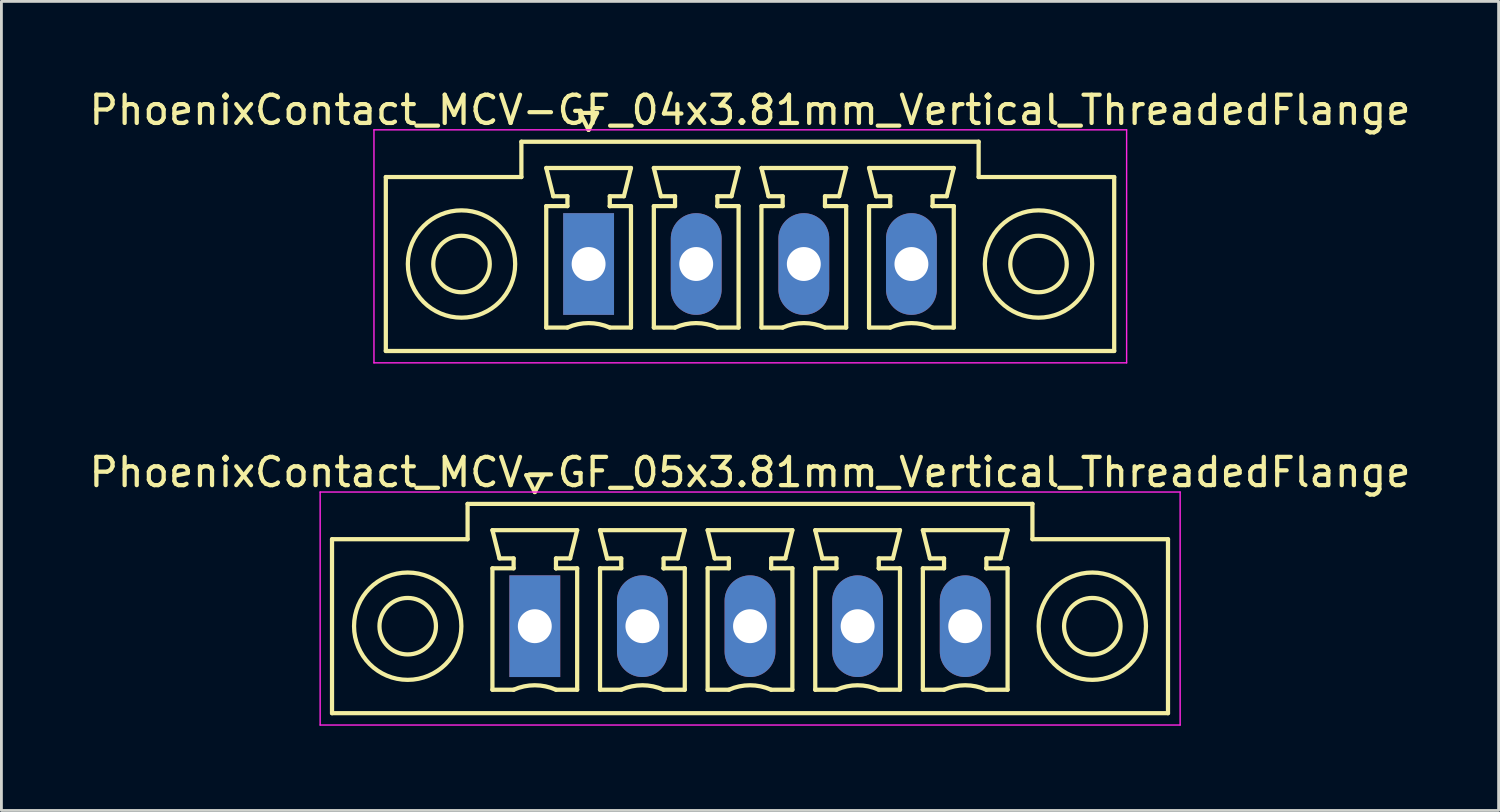
<source format=kicad_pcb>
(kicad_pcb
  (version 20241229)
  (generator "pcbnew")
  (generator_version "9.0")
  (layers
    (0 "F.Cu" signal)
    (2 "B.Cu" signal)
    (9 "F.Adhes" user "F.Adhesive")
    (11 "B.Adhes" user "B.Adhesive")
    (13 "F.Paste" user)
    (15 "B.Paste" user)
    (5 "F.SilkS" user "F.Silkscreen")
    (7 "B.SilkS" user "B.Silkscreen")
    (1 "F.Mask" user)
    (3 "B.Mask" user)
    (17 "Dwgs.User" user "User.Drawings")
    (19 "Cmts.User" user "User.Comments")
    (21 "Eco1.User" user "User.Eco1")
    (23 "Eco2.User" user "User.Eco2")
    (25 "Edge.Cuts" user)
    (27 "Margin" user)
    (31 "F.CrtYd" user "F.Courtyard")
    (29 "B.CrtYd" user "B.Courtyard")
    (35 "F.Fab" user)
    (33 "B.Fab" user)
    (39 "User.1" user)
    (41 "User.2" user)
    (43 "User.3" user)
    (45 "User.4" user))
  (footprint "PhoenixContact_MCV-GF_05x3.81mm_Vertical_ThreadedFlange"
    (layer "F.Cu")
    (at 15.886 19.122)
    (property "Reference" "PhoenixContact_MCV-GF_05x3.81mm_Vertical_ThreadedFlange" (at 7.62 -5.45 0) (layer "F.SilkS") (effects (font (size 1 1) (thickness 0.15))))
    (attr through_hole)
    (fp_line (start -7.18 -3.08) (end -7.18 3.08) (stroke (width 0.15) (type solid)) (layer "F.SilkS"))
    (fp_line (start -7.18 3.08) (end 22.42 3.08) (stroke (width 0.15) (type solid)) (layer "F.SilkS"))
    (fp_line (start -2.38 -4.33) (end -2.38 -3.08) (stroke (width 0.15) (type solid)) (layer "F.SilkS"))
    (fp_line (start -2.38 -3.08) (end -7.18 -3.08) (stroke (width 0.15) (type solid)) (layer "F.SilkS"))
    (fp_line (start -1.5 -3.4) (end 1.5 -3.4) (stroke (width 0.15) (type solid)) (layer "F.SilkS"))
    (fp_line (start -1.5 -2.05) (end -0.75 -2.05) (stroke (width 0.15) (type solid)) (layer "F.SilkS"))
    (fp_line (start -1.5 2.25) (end -1.5 -2.05) (stroke (width 0.15) (type solid)) (layer "F.SilkS"))
    (fp_line (start -1.25 -2.4) (end -1.5 -3.4) (stroke (width 0.15) (type solid)) (layer "F.SilkS"))
    (fp_line (start -0.75 -2.4) (end -1.25 -2.4) (stroke (width 0.15) (type solid)) (layer "F.SilkS"))
    (fp_line (start -0.75 -2.05) (end -0.75 -2.4) (stroke (width 0.15) (type solid)) (layer "F.SilkS"))
    (fp_line (start -0.75 2.25) (end -1.5 2.25) (stroke (width 0.15) (type solid)) (layer "F.SilkS"))
    (fp_line (start -0.3 -5.35) (end 0 -4.75) (stroke (width 0.15) (type solid)) (layer "F.SilkS"))
    (fp_line (start 0 -4.75) (end 0.3 -5.35) (stroke (width 0.15) (type solid)) (layer "F.SilkS"))
    (fp_line (start 0.3 -5.35) (end -0.3 -5.35) (stroke (width 0.15) (type solid)) (layer "F.SilkS"))
    (fp_line (start 0.75 -2.4) (end 0.75 -2.05) (stroke (width 0.15) (type solid)) (layer "F.SilkS"))
    (fp_line (start 0.75 -2.05) (end 0.75 -2.05) (stroke (width 0.15) (type solid)) (layer "F.SilkS"))
    (fp_line (start 0.75 -2.05) (end 1.5 -2.05) (stroke (width 0.15) (type solid)) (layer "F.SilkS"))
    (fp_line (start 1.25 -2.4) (end 0.75 -2.4) (stroke (width 0.15) (type solid)) (layer "F.SilkS"))
    (fp_line (start 1.5 -3.4) (end 1.25 -2.4) (stroke (width 0.15) (type solid)) (layer "F.SilkS"))
    (fp_line (start 1.5 -2.05) (end 1.5 2.25) (stroke (width 0.15) (type solid)) (layer "F.SilkS"))
    (fp_line (start 1.5 2.25) (end 0.75 2.25) (stroke (width 0.15) (type solid)) (layer "F.SilkS"))
    (fp_line (start 2.31 -3.4) (end 5.31 -3.4) (stroke (width 0.15) (type solid)) (layer "F.SilkS"))
    (fp_line (start 2.31 -2.05) (end 3.06 -2.05) (stroke (width 0.15) (type solid)) (layer "F.SilkS"))
    (fp_line (start 2.31 2.25) (end 2.31 -2.05) (stroke (width 0.15) (type solid)) (layer "F.SilkS"))
    (fp_line (start 2.56 -2.4) (end 2.31 -3.4) (stroke (width 0.15) (type solid)) (layer "F.SilkS"))
    (fp_line (start 3.06 -2.4) (end 2.56 -2.4) (stroke (width 0.15) (type solid)) (layer "F.SilkS"))
    (fp_line (start 3.06 -2.05) (end 3.06 -2.4) (stroke (width 0.15) (type solid)) (layer "F.SilkS"))
    (fp_line (start 3.06 2.25) (end 2.31 2.25) (stroke (width 0.15) (type solid)) (layer "F.SilkS"))
    (fp_line (start 4.56 -2.4) (end 4.56 -2.05) (stroke (width 0.15) (type solid)) (layer "F.SilkS"))
    (fp_line (start 4.56 -2.05) (end 4.56 -2.05) (stroke (width 0.15) (type solid)) (layer "F.SilkS"))
    (fp_line (start 4.56 -2.05) (end 5.31 -2.05) (stroke (width 0.15) (type solid)) (layer "F.SilkS"))
    (fp_line (start 5.06 -2.4) (end 4.56 -2.4) (stroke (width 0.15) (type solid)) (layer "F.SilkS"))
    (fp_line (start 5.31 -3.4) (end 5.06 -2.4) (stroke (width 0.15) (type solid)) (layer "F.SilkS"))
    (fp_line (start 5.31 -2.05) (end 5.31 2.25) (stroke (width 0.15) (type solid)) (layer "F.SilkS"))
    (fp_line (start 5.31 2.25) (end 4.56 2.25) (stroke (width 0.15) (type solid)) (layer "F.SilkS"))
    (fp_line (start 6.12 -3.4) (end 9.12 -3.4) (stroke (width 0.15) (type solid)) (layer "F.SilkS"))
    (fp_line (start 6.12 -2.05) (end 6.87 -2.05) (stroke (width 0.15) (type solid)) (layer "F.SilkS"))
    (fp_line (start 6.12 2.25) (end 6.12 -2.05) (stroke (width 0.15) (type solid)) (layer "F.SilkS"))
    (fp_line (start 6.37 -2.4) (end 6.12 -3.4) (stroke (width 0.15) (type solid)) (layer "F.SilkS"))
    (fp_line (start 6.87 -2.4) (end 6.37 -2.4) (stroke (width 0.15) (type solid)) (layer "F.SilkS"))
    (fp_line (start 6.87 -2.05) (end 6.87 -2.4) (stroke (width 0.15) (type solid)) (layer "F.SilkS"))
    (fp_line (start 6.87 2.25) (end 6.12 2.25) (stroke (width 0.15) (type solid)) (layer "F.SilkS"))
    (fp_line (start 8.37 -2.4) (end 8.37 -2.05) (stroke (width 0.15) (type solid)) (layer "F.SilkS"))
    (fp_line (start 8.37 -2.05) (end 8.37 -2.05) (stroke (width 0.15) (type solid)) (layer "F.SilkS"))
    (fp_line (start 8.37 -2.05) (end 9.12 -2.05) (stroke (width 0.15) (type solid)) (layer "F.SilkS"))
    (fp_line (start 8.87 -2.4) (end 8.37 -2.4) (stroke (width 0.15) (type solid)) (layer "F.SilkS"))
    (fp_line (start 9.12 -3.4) (end 8.87 -2.4) (stroke (width 0.15) (type solid)) (layer "F.SilkS"))
    (fp_line (start 9.12 -2.05) (end 9.12 2.25) (stroke (width 0.15) (type solid)) (layer "F.SilkS"))
    (fp_line (start 9.12 2.25) (end 8.37 2.25) (stroke (width 0.15) (type solid)) (layer "F.SilkS"))
    (fp_line (start 9.93 -3.4) (end 12.93 -3.4) (stroke (width 0.15) (type solid)) (layer "F.SilkS"))
    (fp_line (start 9.93 -2.05) (end 10.68 -2.05) (stroke (width 0.15) (type solid)) (layer "F.SilkS"))
    (fp_line (start 9.93 2.25) (end 9.93 -2.05) (stroke (width 0.15) (type solid)) (layer "F.SilkS"))
    (fp_line (start 10.18 -2.4) (end 9.93 -3.4) (stroke (width 0.15) (type solid)) (layer "F.SilkS"))
    (fp_line (start 10.68 -2.4) (end 10.18 -2.4) (stroke (width 0.15) (type solid)) (layer "F.SilkS"))
    (fp_line (start 10.68 -2.05) (end 10.68 -2.4) (stroke (width 0.15) (type solid)) (layer "F.SilkS"))
    (fp_line (start 10.68 2.25) (end 9.93 2.25) (stroke (width 0.15) (type solid)) (layer "F.SilkS"))
    (fp_line (start 12.18 -2.4) (end 12.18 -2.05) (stroke (width 0.15) (type solid)) (layer "F.SilkS"))
    (fp_line (start 12.18 -2.05) (end 12.18 -2.05) (stroke (width 0.15) (type solid)) (layer "F.SilkS"))
    (fp_line (start 12.18 -2.05) (end 12.93 -2.05) (stroke (width 0.15) (type solid)) (layer "F.SilkS"))
    (fp_line (start 12.68 -2.4) (end 12.18 -2.4) (stroke (width 0.15) (type solid)) (layer "F.SilkS"))
    (fp_line (start 12.93 -3.4) (end 12.68 -2.4) (stroke (width 0.15) (type solid)) (layer "F.SilkS"))
    (fp_line (start 12.93 -2.05) (end 12.93 2.25) (stroke (width 0.15) (type solid)) (layer "F.SilkS"))
    (fp_line (start 12.93 2.25) (end 12.18 2.25) (stroke (width 0.15) (type solid)) (layer "F.SilkS"))
    (fp_line (start 13.74 -3.4) (end 16.74 -3.4) (stroke (width 0.15) (type solid)) (layer "F.SilkS"))
    (fp_line (start 13.74 -2.05) (end 14.49 -2.05) (stroke (width 0.15) (type solid)) (layer "F.SilkS"))
    (fp_line (start 13.74 2.25) (end 13.74 -2.05) (stroke (width 0.15) (type solid)) (layer "F.SilkS"))
    (fp_line (start 13.99 -2.4) (end 13.74 -3.4) (stroke (width 0.15) (type solid)) (layer "F.SilkS"))
    (fp_line (start 14.49 -2.4) (end 13.99 -2.4) (stroke (width 0.15) (type solid)) (layer "F.SilkS"))
    (fp_line (start 14.49 -2.05) (end 14.49 -2.4) (stroke (width 0.15) (type solid)) (layer "F.SilkS"))
    (fp_line (start 14.49 2.25) (end 13.74 2.25) (stroke (width 0.15) (type solid)) (layer "F.SilkS"))
    (fp_line (start 15.99 -2.4) (end 15.99 -2.05) (stroke (width 0.15) (type solid)) (layer "F.SilkS"))
    (fp_line (start 15.99 -2.05) (end 15.99 -2.05) (stroke (width 0.15) (type solid)) (layer "F.SilkS"))
    (fp_line (start 15.99 -2.05) (end 16.74 -2.05) (stroke (width 0.15) (type solid)) (layer "F.SilkS"))
    (fp_line (start 16.49 -2.4) (end 15.99 -2.4) (stroke (width 0.15) (type solid)) (layer "F.SilkS"))
    (fp_line (start 16.74 -3.4) (end 16.49 -2.4) (stroke (width 0.15) (type solid)) (layer "F.SilkS"))
    (fp_line (start 16.74 -2.05) (end 16.74 2.25) (stroke (width 0.15) (type solid)) (layer "F.SilkS"))
    (fp_line (start 16.74 2.25) (end 15.99 2.25) (stroke (width 0.15) (type solid)) (layer "F.SilkS"))
    (fp_line (start 17.62 -4.33) (end -2.38 -4.33) (stroke (width 0.15) (type solid)) (layer "F.SilkS"))
    (fp_line (start 17.62 -3.08) (end 17.62 -4.33) (stroke (width 0.15) (type solid)) (layer "F.SilkS"))
    (fp_line (start 22.42 -3.08) (end 17.62 -3.08) (stroke (width 0.15) (type solid)) (layer "F.SilkS"))
    (fp_line (start 22.42 3.08) (end 22.42 -3.08) (stroke (width 0.15) (type solid)) (layer "F.SilkS"))
    (fp_arc (start -0.75 2.25) (mid -0.000193 2.09191) (end 0.749647 2.249844) (stroke (width 0.15) (type solid)) (layer "F.SilkS"))
    (fp_arc (start 3.06 2.25) (mid 3.809807 2.09191) (end 4.559647 2.249844) (stroke (width 0.15) (type solid)) (layer "F.SilkS"))
    (fp_arc (start 6.87 2.25) (mid 7.619807 2.09191) (end 8.369647 2.249844) (stroke (width 0.15) (type solid)) (layer "F.SilkS"))
    (fp_arc (start 10.68 2.25) (mid 11.429807 2.09191) (end 12.179647 2.249844) (stroke (width 0.15) (type solid)) (layer "F.SilkS"))
    (fp_arc (start 14.49 2.25) (mid 15.239807 2.09191) (end 15.989647 2.249844) (stroke (width 0.15) (type solid)) (layer "F.SilkS"))
    (fp_circle (center -4.5 0) (end -3.5 0) (stroke (width 0.15) (type solid)) (fill no) (layer "F.SilkS"))
    (fp_circle (center -4.5 0) (end -2.6 0) (stroke (width 0.15) (type solid)) (fill no) (layer "F.SilkS"))
    (fp_circle (center 19.74 0) (end 20.74 0) (stroke (width 0.15) (type solid)) (fill no) (layer "F.SilkS"))
    (fp_circle (center 19.74 0) (end 21.64 0) (stroke (width 0.15) (type solid)) (fill no) (layer "F.SilkS"))
    (fp_line (start -7.6 -4.75) (end -7.6 3.5) (stroke (width 0.05) (type solid)) (layer "F.CrtYd"))
    (fp_line (start -7.6 3.5) (end 22.85 3.5) (stroke (width 0.05) (type solid)) (layer "F.CrtYd"))
    (fp_line (start 22.85 -4.75) (end -7.6 -4.75) (stroke (width 0.05) (type solid)) (layer "F.CrtYd"))
    (fp_line (start 22.85 3.5) (end 22.85 -4.75) (stroke (width 0.05) (type solid)) (layer "F.CrtYd"))
    (pad "1" thru_hole rect (at 0 0) (size 1.8 3.6) (drill 1.2) (layers "*.Cu" "*.Mask"))
    (pad "2" thru_hole oval (at 3.81 0) (size 1.8 3.6) (drill 1.2) (layers "*.Cu" "*.Mask"))
    (pad "3" thru_hole oval (at 7.62 0) (size 1.8 3.6) (drill 1.2) (layers "*.Cu" "*.Mask"))
    (pad "4" thru_hole oval (at 11.43 0) (size 1.8 3.6) (drill 1.2) (layers "*.Cu" "*.Mask"))
    (pad "5" thru_hole oval (at 15.24 0) (size 1.8 3.6) (drill 1.2) (layers "*.Cu" "*.Mask")))
  (footprint "PhoenixContact_MCV-GF_04x3.81mm_Vertical_ThreadedFlange"
    (layer "F.Cu")
    (at 17.791 6.298)
    (property "Reference" "PhoenixContact_MCV-GF_04x3.81mm_Vertical_ThreadedFlange" (at 5.715 -5.45 0) (layer "F.SilkS") (effects (font (size 1 1) (thickness 0.15))))
    (attr through_hole)
    (fp_line (start -7.18 -3.08) (end -7.18 3.08) (stroke (width 0.15) (type solid)) (layer "F.SilkS"))
    (fp_line (start -7.18 3.08) (end 18.61 3.08) (stroke (width 0.15) (type solid)) (layer "F.SilkS"))
    (fp_line (start -2.38 -4.33) (end -2.38 -3.08) (stroke (width 0.15) (type solid)) (layer "F.SilkS"))
    (fp_line (start -2.38 -3.08) (end -7.18 -3.08) (stroke (width 0.15) (type solid)) (layer "F.SilkS"))
    (fp_line (start -1.5 -3.4) (end 1.5 -3.4) (stroke (width 0.15) (type solid)) (layer "F.SilkS"))
    (fp_line (start -1.5 -2.05) (end -0.75 -2.05) (stroke (width 0.15) (type solid)) (layer "F.SilkS"))
    (fp_line (start -1.5 2.25) (end -1.5 -2.05) (stroke (width 0.15) (type solid)) (layer "F.SilkS"))
    (fp_line (start -1.25 -2.4) (end -1.5 -3.4) (stroke (width 0.15) (type solid)) (layer "F.SilkS"))
    (fp_line (start -0.75 -2.4) (end -1.25 -2.4) (stroke (width 0.15) (type solid)) (layer "F.SilkS"))
    (fp_line (start -0.75 -2.05) (end -0.75 -2.4) (stroke (width 0.15) (type solid)) (layer "F.SilkS"))
    (fp_line (start -0.75 2.25) (end -1.5 2.25) (stroke (width 0.15) (type solid)) (layer "F.SilkS"))
    (fp_line (start -0.3 -5.35) (end 0 -4.75) (stroke (width 0.15) (type solid)) (layer "F.SilkS"))
    (fp_line (start 0 -4.75) (end 0.3 -5.35) (stroke (width 0.15) (type solid)) (layer "F.SilkS"))
    (fp_line (start 0.3 -5.35) (end -0.3 -5.35) (stroke (width 0.15) (type solid)) (layer "F.SilkS"))
    (fp_line (start 0.75 -2.4) (end 0.75 -2.05) (stroke (width 0.15) (type solid)) (layer "F.SilkS"))
    (fp_line (start 0.75 -2.05) (end 0.75 -2.05) (stroke (width 0.15) (type solid)) (layer "F.SilkS"))
    (fp_line (start 0.75 -2.05) (end 1.5 -2.05) (stroke (width 0.15) (type solid)) (layer "F.SilkS"))
    (fp_line (start 1.25 -2.4) (end 0.75 -2.4) (stroke (width 0.15) (type solid)) (layer "F.SilkS"))
    (fp_line (start 1.5 -3.4) (end 1.25 -2.4) (stroke (width 0.15) (type solid)) (layer "F.SilkS"))
    (fp_line (start 1.5 -2.05) (end 1.5 2.25) (stroke (width 0.15) (type solid)) (layer "F.SilkS"))
    (fp_line (start 1.5 2.25) (end 0.75 2.25) (stroke (width 0.15) (type solid)) (layer "F.SilkS"))
    (fp_line (start 2.31 -3.4) (end 5.31 -3.4) (stroke (width 0.15) (type solid)) (layer "F.SilkS"))
    (fp_line (start 2.31 -2.05) (end 3.06 -2.05) (stroke (width 0.15) (type solid)) (layer "F.SilkS"))
    (fp_line (start 2.31 2.25) (end 2.31 -2.05) (stroke (width 0.15) (type solid)) (layer "F.SilkS"))
    (fp_line (start 2.56 -2.4) (end 2.31 -3.4) (stroke (width 0.15) (type solid)) (layer "F.SilkS"))
    (fp_line (start 3.06 -2.4) (end 2.56 -2.4) (stroke (width 0.15) (type solid)) (layer "F.SilkS"))
    (fp_line (start 3.06 -2.05) (end 3.06 -2.4) (stroke (width 0.15) (type solid)) (layer "F.SilkS"))
    (fp_line (start 3.06 2.25) (end 2.31 2.25) (stroke (width 0.15) (type solid)) (layer "F.SilkS"))
    (fp_line (start 4.56 -2.4) (end 4.56 -2.05) (stroke (width 0.15) (type solid)) (layer "F.SilkS"))
    (fp_line (start 4.56 -2.05) (end 4.56 -2.05) (stroke (width 0.15) (type solid)) (layer "F.SilkS"))
    (fp_line (start 4.56 -2.05) (end 5.31 -2.05) (stroke (width 0.15) (type solid)) (layer "F.SilkS"))
    (fp_line (start 5.06 -2.4) (end 4.56 -2.4) (stroke (width 0.15) (type solid)) (layer "F.SilkS"))
    (fp_line (start 5.31 -3.4) (end 5.06 -2.4) (stroke (width 0.15) (type solid)) (layer "F.SilkS"))
    (fp_line (start 5.31 -2.05) (end 5.31 2.25) (stroke (width 0.15) (type solid)) (layer "F.SilkS"))
    (fp_line (start 5.31 2.25) (end 4.56 2.25) (stroke (width 0.15) (type solid)) (layer "F.SilkS"))
    (fp_line (start 6.12 -3.4) (end 9.12 -3.4) (stroke (width 0.15) (type solid)) (layer "F.SilkS"))
    (fp_line (start 6.12 -2.05) (end 6.87 -2.05) (stroke (width 0.15) (type solid)) (layer "F.SilkS"))
    (fp_line (start 6.12 2.25) (end 6.12 -2.05) (stroke (width 0.15) (type solid)) (layer "F.SilkS"))
    (fp_line (start 6.37 -2.4) (end 6.12 -3.4) (stroke (width 0.15) (type solid)) (layer "F.SilkS"))
    (fp_line (start 6.87 -2.4) (end 6.37 -2.4) (stroke (width 0.15) (type solid)) (layer "F.SilkS"))
    (fp_line (start 6.87 -2.05) (end 6.87 -2.4) (stroke (width 0.15) (type solid)) (layer "F.SilkS"))
    (fp_line (start 6.87 2.25) (end 6.12 2.25) (stroke (width 0.15) (type solid)) (layer "F.SilkS"))
    (fp_line (start 8.37 -2.4) (end 8.37 -2.05) (stroke (width 0.15) (type solid)) (layer "F.SilkS"))
    (fp_line (start 8.37 -2.05) (end 8.37 -2.05) (stroke (width 0.15) (type solid)) (layer "F.SilkS"))
    (fp_line (start 8.37 -2.05) (end 9.12 -2.05) (stroke (width 0.15) (type solid)) (layer "F.SilkS"))
    (fp_line (start 8.87 -2.4) (end 8.37 -2.4) (stroke (width 0.15) (type solid)) (layer "F.SilkS"))
    (fp_line (start 9.12 -3.4) (end 8.87 -2.4) (stroke (width 0.15) (type solid)) (layer "F.SilkS"))
    (fp_line (start 9.12 -2.05) (end 9.12 2.25) (stroke (width 0.15) (type solid)) (layer "F.SilkS"))
    (fp_line (start 9.12 2.25) (end 8.37 2.25) (stroke (width 0.15) (type solid)) (layer "F.SilkS"))
    (fp_line (start 9.93 -3.4) (end 12.93 -3.4) (stroke (width 0.15) (type solid)) (layer "F.SilkS"))
    (fp_line (start 9.93 -2.05) (end 10.68 -2.05) (stroke (width 0.15) (type solid)) (layer "F.SilkS"))
    (fp_line (start 9.93 2.25) (end 9.93 -2.05) (stroke (width 0.15) (type solid)) (layer "F.SilkS"))
    (fp_line (start 10.18 -2.4) (end 9.93 -3.4) (stroke (width 0.15) (type solid)) (layer "F.SilkS"))
    (fp_line (start 10.68 -2.4) (end 10.18 -2.4) (stroke (width 0.15) (type solid)) (layer "F.SilkS"))
    (fp_line (start 10.68 -2.05) (end 10.68 -2.4) (stroke (width 0.15) (type solid)) (layer "F.SilkS"))
    (fp_line (start 10.68 2.25) (end 9.93 2.25) (stroke (width 0.15) (type solid)) (layer "F.SilkS"))
    (fp_line (start 12.18 -2.4) (end 12.18 -2.05) (stroke (width 0.15) (type solid)) (layer "F.SilkS"))
    (fp_line (start 12.18 -2.05) (end 12.18 -2.05) (stroke (width 0.15) (type solid)) (layer "F.SilkS"))
    (fp_line (start 12.18 -2.05) (end 12.93 -2.05) (stroke (width 0.15) (type solid)) (layer "F.SilkS"))
    (fp_line (start 12.68 -2.4) (end 12.18 -2.4) (stroke (width 0.15) (type solid)) (layer "F.SilkS"))
    (fp_line (start 12.93 -3.4) (end 12.68 -2.4) (stroke (width 0.15) (type solid)) (layer "F.SilkS"))
    (fp_line (start 12.93 -2.05) (end 12.93 2.25) (stroke (width 0.15) (type solid)) (layer "F.SilkS"))
    (fp_line (start 12.93 2.25) (end 12.18 2.25) (stroke (width 0.15) (type solid)) (layer "F.SilkS"))
    (fp_line (start 13.81 -4.33) (end -2.38 -4.33) (stroke (width 0.15) (type solid)) (layer "F.SilkS"))
    (fp_line (start 13.81 -3.08) (end 13.81 -4.33) (stroke (width 0.15) (type solid)) (layer "F.SilkS"))
    (fp_line (start 18.61 -3.08) (end 13.81 -3.08) (stroke (width 0.15) (type solid)) (layer "F.SilkS"))
    (fp_line (start 18.61 3.08) (end 18.61 -3.08) (stroke (width 0.15) (type solid)) (layer "F.SilkS"))
    (fp_arc (start -0.75 2.25) (mid -0.000193 2.09191) (end 0.749647 2.249844) (stroke (width 0.15) (type solid)) (layer "F.SilkS"))
    (fp_arc (start 3.06 2.25) (mid 3.809807 2.09191) (end 4.559647 2.249844) (stroke (width 0.15) (type solid)) (layer "F.SilkS"))
    (fp_arc (start 6.87 2.25) (mid 7.619807 2.09191) (end 8.369647 2.249844) (stroke (width 0.15) (type solid)) (layer "F.SilkS"))
    (fp_arc (start 10.68 2.25) (mid 11.429807 2.09191) (end 12.179647 2.249844) (stroke (width 0.15) (type solid)) (layer "F.SilkS"))
    (fp_circle (center -4.5 0) (end -3.5 0) (stroke (width 0.15) (type solid)) (fill no) (layer "F.SilkS"))
    (fp_circle (center -4.5 0) (end -2.6 0) (stroke (width 0.15) (type solid)) (fill no) (layer "F.SilkS"))
    (fp_circle (center 15.93 0) (end 16.93 0) (stroke (width 0.15) (type solid)) (fill no) (layer "F.SilkS"))
    (fp_circle (center 15.93 0) (end 17.83 0) (stroke (width 0.15) (type solid)) (fill no) (layer "F.SilkS"))
    (fp_line (start -7.6 -4.75) (end -7.6 3.5) (stroke (width 0.05) (type solid)) (layer "F.CrtYd"))
    (fp_line (start -7.6 3.5) (end 19.05 3.5) (stroke (width 0.05) (type solid)) (layer "F.CrtYd"))
    (fp_line (start 19.05 -4.75) (end -7.6 -4.75) (stroke (width 0.05) (type solid)) (layer "F.CrtYd"))
    (fp_line (start 19.05 3.5) (end 19.05 -4.75) (stroke (width 0.05) (type solid)) (layer "F.CrtYd"))
    (pad "1" thru_hole rect (at 0 0) (size 1.8 3.6) (drill 1.2) (layers "*.Cu" "*.Mask"))
    (pad "2" thru_hole oval (at 3.81 0) (size 1.8 3.6) (drill 1.2) (layers "*.Cu" "*.Mask"))
    (pad "3" thru_hole oval (at 7.62 0) (size 1.8 3.6) (drill 1.2) (layers "*.Cu" "*.Mask"))
    (pad "4" thru_hole oval (at 11.43 0) (size 1.8 3.6) (drill 1.2) (layers "*.Cu" "*.Mask")))
  (gr_rect
    (start -3 -3)
    (end 50.012 25.646)
    (stroke (width 0.1) (type default))
    (fill no)
    (layer "Edge.Cuts")))
</source>
